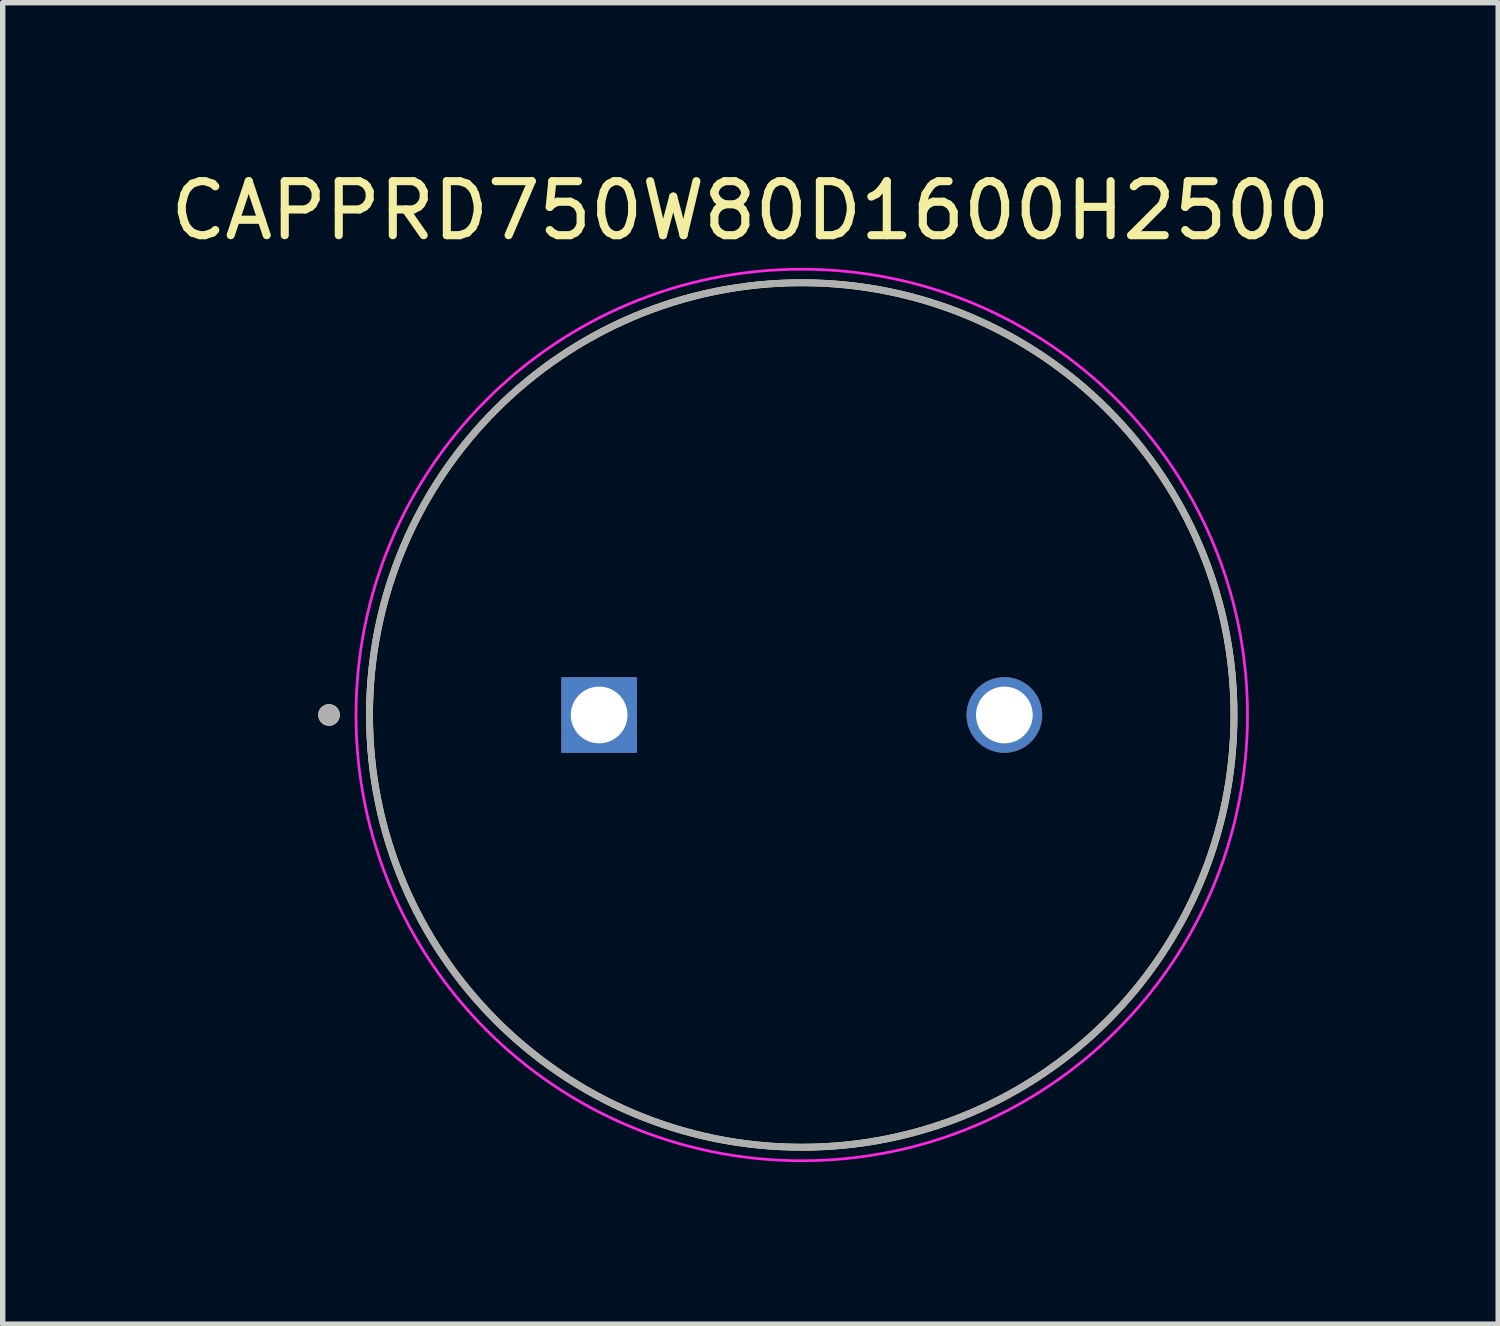
<source format=kicad_pcb>
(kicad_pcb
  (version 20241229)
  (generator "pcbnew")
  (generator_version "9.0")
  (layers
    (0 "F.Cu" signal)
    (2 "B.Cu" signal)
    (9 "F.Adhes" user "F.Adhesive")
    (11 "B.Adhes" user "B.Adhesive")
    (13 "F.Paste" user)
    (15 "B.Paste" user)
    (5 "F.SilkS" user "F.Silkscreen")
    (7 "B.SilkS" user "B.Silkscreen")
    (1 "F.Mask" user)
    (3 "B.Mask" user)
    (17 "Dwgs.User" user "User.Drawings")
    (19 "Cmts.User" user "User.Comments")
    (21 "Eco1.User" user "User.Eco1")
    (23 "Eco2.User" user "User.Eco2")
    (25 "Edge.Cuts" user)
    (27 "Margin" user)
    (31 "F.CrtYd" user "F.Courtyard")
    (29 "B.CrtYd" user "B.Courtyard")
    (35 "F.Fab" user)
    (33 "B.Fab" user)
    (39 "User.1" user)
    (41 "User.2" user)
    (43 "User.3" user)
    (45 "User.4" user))
  (footprint "CAPPRD750W80D1600H2500"
    (layer "F.Cu")
    (at 11.789 10.183)
    (property "Reference" "CAPPRD750W80D1600H2500" (at -0.95 -9.335 0) (layer "F.SilkS") (effects (font (size 1 1) (thickness 0.15))))
    (attr through_hole)
    (fp_circle (center -8.75 0) (end -8.65 0) (stroke (width 0.2) (type solid)) (fill no) (layer "F.SilkS"))
    (fp_circle (center 0 0) (end 8 0) (stroke (width 0.127) (type solid)) (fill no) (layer "F.SilkS"))
    (fp_circle (center 0 0) (end 8.25 0) (stroke (width 0.05) (type solid)) (fill no) (layer "F.CrtYd"))
    (fp_circle (center -8.75 0) (end -8.65 0) (stroke (width 0.2) (type solid)) (fill no) (layer "F.Fab"))
    (fp_circle (center 0 0) (end 8 0) (stroke (width 0.127) (type solid)) (fill no) (layer "F.Fab"))
    (pad "N" thru_hole circle (at 3.75 0) (size 1.4 1.4) (drill 1.05) (layers "*.Cu" "*.Mask"))
    (pad "P" thru_hole rect (at -3.75 0) (size 1.4 1.4) (drill 1.05) (layers "*.Cu" "*.Mask")))
  (gr_rect
    (start -3 -3)
    (end 24.679 21.458)
    (stroke (width 0.1) (type default))
    (fill no)
    (layer "Edge.Cuts")))
</source>
